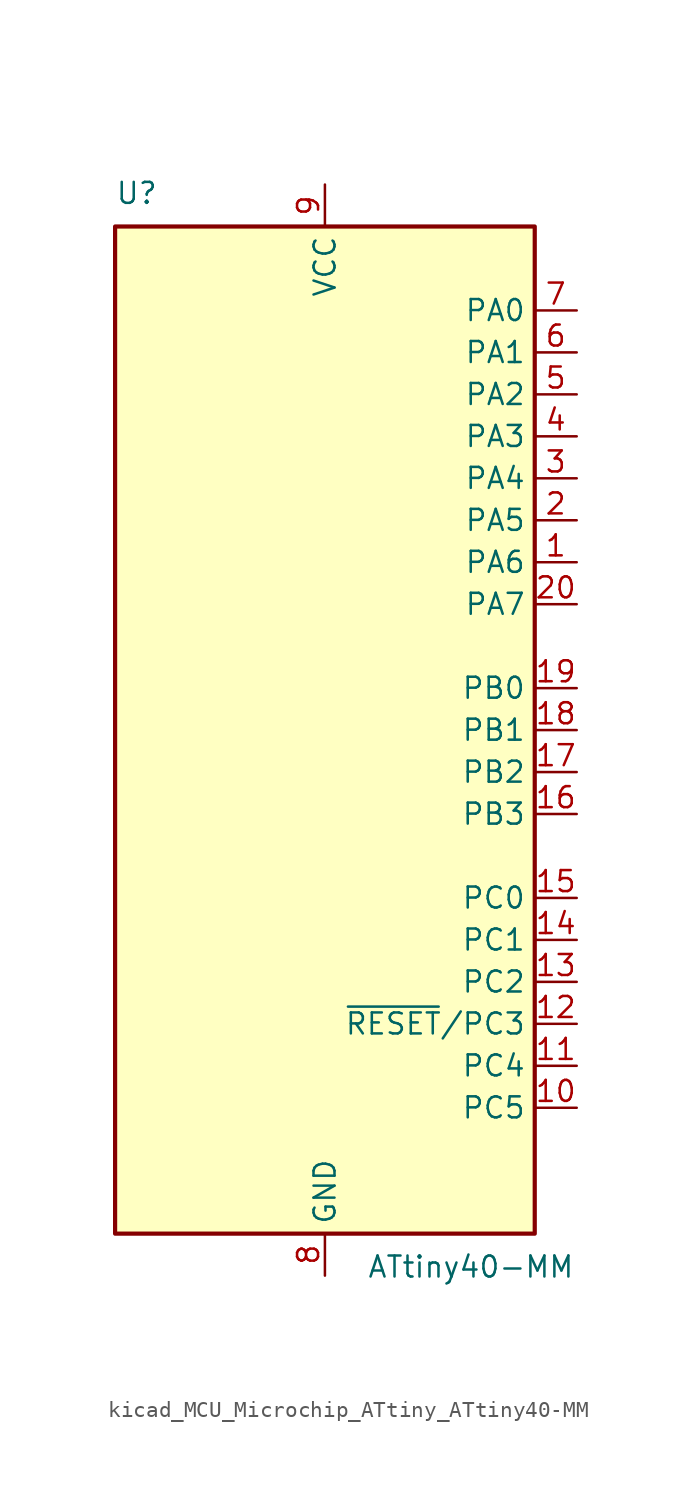
<source format=kicad_sym>
(kicad_symbol_lib
  (version 20220914)
  (generator kicad_symbol_editor)
  (symbol "kicad_MCU_Microchip_ATtiny_ATtiny40-MM"
    (property "Reference" "U"
      (at -12.7 31.75 0)
      (effects (font (size 1.27 1.27)) (justify left bottom)))
    (property "Value" "ATtiny40-MM"
      (at 2.54 -31.75 0)
      (effects (font (size 1.27 1.27)) (justify left top)))
    (symbol "kicad_MCU_Microchip_ATtiny_ATtiny40-MM_0_1"
      (rectangle (start -12.7 -30.48) (end 12.7 30.48) (stroke (width 0.254) (type default)) (fill (type background))))
    (symbol "kicad_MCU_Microchip_ATtiny_ATtiny40-MM_1_1"
      (pin bidirectional line (at 15.24 10.16 180) (length 2.54) (name "PA6" (effects (font (size 1.27 1.27)))) (number "1" (effects (font (size 1.27 1.27)))))
      (pin bidirectional line (at 15.24 -22.86 180) (length 2.54) (name "PC5" (effects (font (size 1.27 1.27)))) (number "10" (effects (font (size 1.27 1.27)))))
      (pin bidirectional line (at 15.24 -20.32 180) (length 2.54) (name "PC4" (effects (font (size 1.27 1.27)))) (number "11" (effects (font (size 1.27 1.27)))))
      (pin bidirectional line (at 15.24 -17.78 180) (length 2.54) (name "~{RESET}/PC3" (effects (font (size 1.27 1.27)))) (number "12" (effects (font (size 1.27 1.27)))))
      (pin bidirectional line (at 15.24 -15.24 180) (length 2.54) (name "PC2" (effects (font (size 1.27 1.27)))) (number "13" (effects (font (size 1.27 1.27)))))
      (pin bidirectional line (at 15.24 -12.7 180) (length 2.54) (name "PC1" (effects (font (size 1.27 1.27)))) (number "14" (effects (font (size 1.27 1.27)))))
      (pin bidirectional line (at 15.24 -10.16 180) (length 2.54) (name "PC0" (effects (font (size 1.27 1.27)))) (number "15" (effects (font (size 1.27 1.27)))))
      (pin bidirectional line (at 15.24 -5.08 180) (length 2.54) (name "PB3" (effects (font (size 1.27 1.27)))) (number "16" (effects (font (size 1.27 1.27)))))
      (pin bidirectional line (at 15.24 -2.54 180) (length 2.54) (name "PB2" (effects (font (size 1.27 1.27)))) (number "17" (effects (font (size 1.27 1.27)))))
      (pin bidirectional line (at 15.24 0 180) (length 2.54) (name "PB1" (effects (font (size 1.27 1.27)))) (number "18" (effects (font (size 1.27 1.27)))))
      (pin bidirectional line (at 15.24 2.54 180) (length 2.54) (name "PB0" (effects (font (size 1.27 1.27)))) (number "19" (effects (font (size 1.27 1.27)))))
      (pin bidirectional line (at 15.24 12.7 180) (length 2.54) (name "PA5" (effects (font (size 1.27 1.27)))) (number "2" (effects (font (size 1.27 1.27)))))
      (pin bidirectional line (at 15.24 7.62 180) (length 2.54) (name "PA7" (effects (font (size 1.27 1.27)))) (number "20" (effects (font (size 1.27 1.27)))))
      (pin passive line (at 0 -33.02 90) (length 2.54) hide (name "GND" (effects (font (size 1.27 1.27)))) (number "21" (effects (font (size 1.27 1.27)))))
      (pin bidirectional line (at 15.24 15.24 180) (length 2.54) (name "PA4" (effects (font (size 1.27 1.27)))) (number "3" (effects (font (size 1.27 1.27)))))
      (pin bidirectional line (at 15.24 17.78 180) (length 2.54) (name "PA3" (effects (font (size 1.27 1.27)))) (number "4" (effects (font (size 1.27 1.27)))))
      (pin bidirectional line (at 15.24 20.32 180) (length 2.54) (name "PA2" (effects (font (size 1.27 1.27)))) (number "5" (effects (font (size 1.27 1.27)))))
      (pin bidirectional line (at 15.24 22.86 180) (length 2.54) (name "PA1" (effects (font (size 1.27 1.27)))) (number "6" (effects (font (size 1.27 1.27)))))
      (pin bidirectional line (at 15.24 25.4 180) (length 2.54) (name "PA0" (effects (font (size 1.27 1.27)))) (number "7" (effects (font (size 1.27 1.27)))))
      (pin power_in line (at 0 -33.02 90) (length 2.54) (name "GND" (effects (font (size 1.27 1.27)))) (number "8" (effects (font (size 1.27 1.27)))))
      (pin power_in line (at 0 33.02 270) (length 2.54) (name "VCC" (effects (font (size 1.27 1.27)))) (number "9" (effects (font (size 1.27 1.27))))))))
</source>
